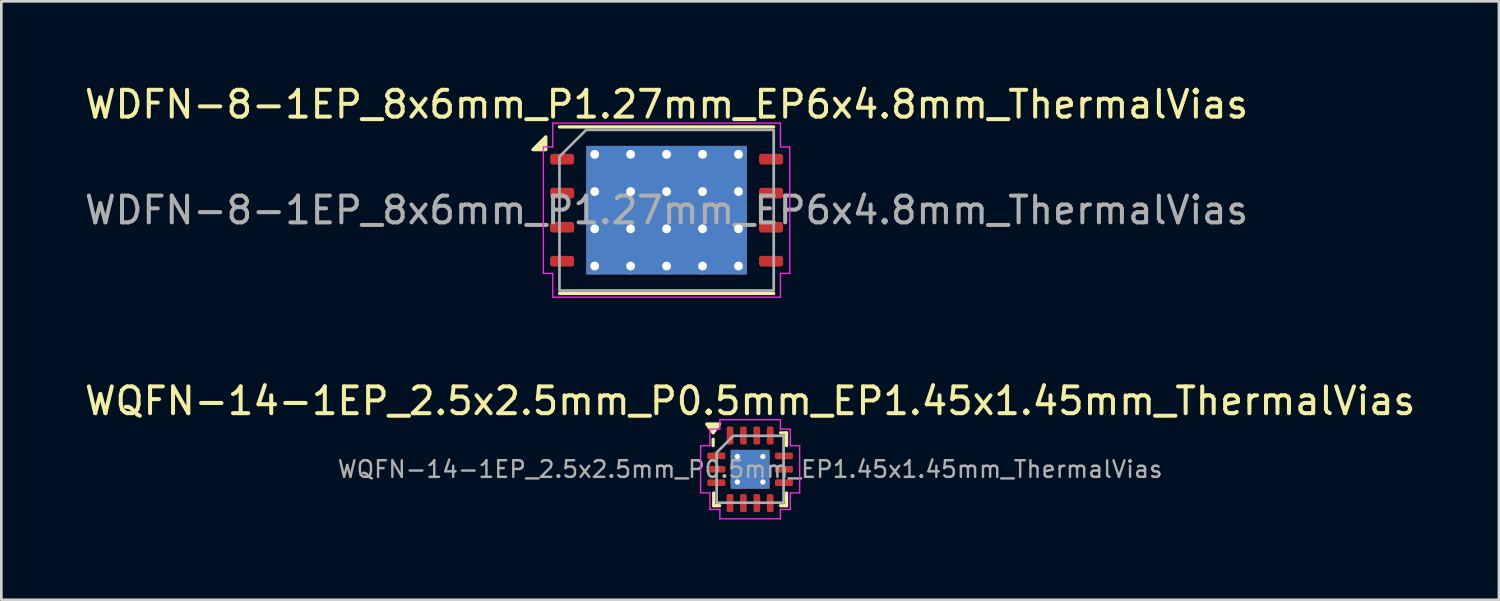
<source format=kicad_pcb>
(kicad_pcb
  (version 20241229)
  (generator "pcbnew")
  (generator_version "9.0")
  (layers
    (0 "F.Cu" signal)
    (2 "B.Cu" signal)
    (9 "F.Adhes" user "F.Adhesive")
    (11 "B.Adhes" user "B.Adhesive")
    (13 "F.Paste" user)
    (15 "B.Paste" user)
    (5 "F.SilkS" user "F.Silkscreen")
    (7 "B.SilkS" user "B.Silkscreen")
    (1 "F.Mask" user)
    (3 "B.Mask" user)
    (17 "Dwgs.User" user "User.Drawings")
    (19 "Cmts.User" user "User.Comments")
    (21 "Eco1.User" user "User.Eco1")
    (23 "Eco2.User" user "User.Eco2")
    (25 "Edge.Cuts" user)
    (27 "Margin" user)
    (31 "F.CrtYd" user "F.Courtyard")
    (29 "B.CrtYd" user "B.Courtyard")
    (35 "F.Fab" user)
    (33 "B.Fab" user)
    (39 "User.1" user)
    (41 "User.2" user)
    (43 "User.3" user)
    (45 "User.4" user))
  (footprint "WDFN-8-1EP_8x6mm_P1.27mm_EP6x4.8mm_ThermalVias"
    (layer "F.Cu")
    (at 21.839 4.798)
    (property "Reference" "WDFN-8-1EP_8x6mm_P1.27mm_EP6x4.8mm_ThermalVias" (at 0 -3.95 0) (layer "F.SilkS") (effects (font (size 1 1) (thickness 0.15))))
    (attr smd)
    (fp_line (start -4 -3.11) (end 4 -3.11) (stroke (width 0.12) (type solid)) (layer "F.SilkS"))
    (fp_line (start -4 3.11) (end 4 3.11) (stroke (width 0.12) (type solid)) (layer "F.SilkS"))
    (fp_poly (pts (xy -4.51 -2.26) (xy -4.99 -2.26) (xy -4.51 -2.74)) (stroke (width 0.12) (type solid)) (fill yes) (layer "F.SilkS"))
    (fp_line (start -4.6 -2.36) (end -4.25 -2.36) (stroke (width 0.05) (type solid)) (layer "F.CrtYd"))
    (fp_line (start -4.6 2.36) (end -4.6 -2.36) (stroke (width 0.05) (type solid)) (layer "F.CrtYd"))
    (fp_line (start -4.25 -3.25) (end 4.25 -3.25) (stroke (width 0.05) (type solid)) (layer "F.CrtYd"))
    (fp_line (start -4.25 -2.36) (end -4.25 -3.25) (stroke (width 0.05) (type solid)) (layer "F.CrtYd"))
    (fp_line (start -4.25 2.36) (end -4.6 2.36) (stroke (width 0.05) (type solid)) (layer "F.CrtYd"))
    (fp_line (start -4.25 3.25) (end -4.25 2.36) (stroke (width 0.05) (type solid)) (layer "F.CrtYd"))
    (fp_line (start 4.25 -3.25) (end 4.25 -2.36) (stroke (width 0.05) (type solid)) (layer "F.CrtYd"))
    (fp_line (start 4.25 -2.36) (end 4.6 -2.36) (stroke (width 0.05) (type solid)) (layer "F.CrtYd"))
    (fp_line (start 4.25 2.36) (end 4.25 3.25) (stroke (width 0.05) (type solid)) (layer "F.CrtYd"))
    (fp_line (start 4.25 3.25) (end -4.25 3.25) (stroke (width 0.05) (type solid)) (layer "F.CrtYd"))
    (fp_line (start 4.6 -2.36) (end 4.6 2.36) (stroke (width 0.05) (type solid)) (layer "F.CrtYd"))
    (fp_line (start 4.6 2.36) (end 4.25 2.36) (stroke (width 0.05) (type solid)) (layer "F.CrtYd"))
    (fp_poly (pts (xy -4 -2) (xy -4 3) (xy 4 3) (xy 4 -3) (xy -3 -3)) (stroke (width 0.1) (type solid)) (fill no) (layer "F.Fab"))
    (fp_text user "${REFERENCE}" (at 0 0 0) (layer "F.Fab") (effects (font (size 1 1) (thickness 0.15))))
    (pad "" smd roundrect (at -2.25 -1.6) (size 1.21 1.29) (layers "F.Paste") (roundrect_rratio 0.207))
    (pad "" smd roundrect (at -2.25 0) (size 1.21 1.29) (layers "F.Paste") (roundrect_rratio 0.207))
    (pad "" smd roundrect (at -2.25 1.6) (size 1.21 1.29) (layers "F.Paste") (roundrect_rratio 0.207))
    (pad "" smd roundrect (at -0.75 -1.6) (size 1.21 1.29) (layers "F.Paste") (roundrect_rratio 0.207))
    (pad "" smd roundrect (at -0.75 0) (size 1.21 1.29) (layers "F.Paste") (roundrect_rratio 0.207))
    (pad "" smd roundrect (at -0.75 1.6) (size 1.21 1.29) (layers "F.Paste") (roundrect_rratio 0.207))
    (pad "" smd roundrect (at 0.75 -1.6) (size 1.21 1.29) (layers "F.Paste") (roundrect_rratio 0.207))
    (pad "" smd roundrect (at 0.75 0) (size 1.21 1.29) (layers "F.Paste") (roundrect_rratio 0.207))
    (pad "" smd roundrect (at 0.75 1.6) (size 1.21 1.29) (layers "F.Paste") (roundrect_rratio 0.207))
    (pad "" smd roundrect (at 2.25 -1.6) (size 1.21 1.29) (layers "F.Paste") (roundrect_rratio 0.207))
    (pad "" smd roundrect (at 2.25 0) (size 1.21 1.29) (layers "F.Paste") (roundrect_rratio 0.207))
    (pad "" smd roundrect (at 2.25 1.6) (size 1.21 1.29) (layers "F.Paste") (roundrect_rratio 0.207))
    (pad "1" smd roundrect (at -3.9 -1.905) (size 0.9 0.4) (layers "F.Cu" "F.Mask" "F.Paste") (roundrect_rratio 0.25))
    (pad "2" smd roundrect (at -3.9 -0.635) (size 0.9 0.4) (layers "F.Cu" "F.Mask" "F.Paste") (roundrect_rratio 0.25))
    (pad "3" smd roundrect (at -3.9 0.635) (size 0.9 0.4) (layers "F.Cu" "F.Mask" "F.Paste") (roundrect_rratio 0.25))
    (pad "4" smd roundrect (at -3.9 1.905) (size 0.9 0.4) (layers "F.Cu" "F.Mask" "F.Paste") (roundrect_rratio 0.25))
    (pad "5" smd roundrect (at 3.9 1.905) (size 0.9 0.4) (layers "F.Cu" "F.Mask" "F.Paste") (roundrect_rratio 0.25))
    (pad "6" smd roundrect (at 3.9 0.635) (size 0.9 0.4) (layers "F.Cu" "F.Mask" "F.Paste") (roundrect_rratio 0.25))
    (pad "7" smd roundrect (at 3.9 -0.635) (size 0.9 0.4) (layers "F.Cu" "F.Mask" "F.Paste") (roundrect_rratio 0.25))
    (pad "8" smd roundrect (at 3.9 -1.905) (size 0.9 0.4) (layers "F.Cu" "F.Mask" "F.Paste") (roundrect_rratio 0.25))
    (pad "9" thru_hole circle (at -2.685 -2.085) (size 0.63 0.63) (drill 0.33) (property pad_prop_heatsink) (layers "*.Cu"))
    (pad "9" thru_hole circle (at -2.685 -0.695) (size 0.63 0.63) (drill 0.33) (property pad_prop_heatsink) (layers "*.Cu"))
    (pad "9" thru_hole circle (at -2.685 0.695) (size 0.63 0.63) (drill 0.33) (property pad_prop_heatsink) (layers "*.Cu"))
    (pad "9" thru_hole circle (at -2.685 2.085) (size 0.63 0.63) (drill 0.33) (property pad_prop_heatsink) (layers "*.Cu"))
    (pad "9" thru_hole circle (at -1.343 -2.085) (size 0.63 0.63) (drill 0.33) (property pad_prop_heatsink) (layers "*.Cu"))
    (pad "9" thru_hole circle (at -1.343 -0.695) (size 0.63 0.63) (drill 0.33) (property pad_prop_heatsink) (layers "*.Cu"))
    (pad "9" thru_hole circle (at -1.343 0.695) (size 0.63 0.63) (drill 0.33) (property pad_prop_heatsink) (layers "*.Cu"))
    (pad "9" thru_hole circle (at -1.343 2.085) (size 0.63 0.63) (drill 0.33) (property pad_prop_heatsink) (layers "*.Cu"))
    (pad "9" thru_hole circle (at 0 -2.085) (size 0.63 0.63) (drill 0.33) (property pad_prop_heatsink) (layers "*.Cu"))
    (pad "9" thru_hole circle (at 0 -0.695) (size 0.63 0.63) (drill 0.33) (property pad_prop_heatsink) (layers "*.Cu"))
    (pad "9" smd rect (at 0 0) (size 6 4.8) (property pad_prop_heatsink) (layers "F.Cu" "F.Mask"))
    (pad "9" smd rect (at 0 0) (size 6 4.8) (property pad_prop_heatsink) (layers "B.Cu"))
    (pad "9" thru_hole circle (at 0 0.695) (size 0.63 0.63) (drill 0.33) (property pad_prop_heatsink) (layers "*.Cu"))
    (pad "9" thru_hole circle (at 0 2.085) (size 0.63 0.63) (drill 0.33) (property pad_prop_heatsink) (layers "*.Cu"))
    (pad "9" thru_hole circle (at 1.343 -2.085) (size 0.63 0.63) (drill 0.33) (property pad_prop_heatsink) (layers "*.Cu"))
    (pad "9" thru_hole circle (at 1.343 -0.695) (size 0.63 0.63) (drill 0.33) (property pad_prop_heatsink) (layers "*.Cu"))
    (pad "9" thru_hole circle (at 1.343 0.695) (size 0.63 0.63) (drill 0.33) (property pad_prop_heatsink) (layers "*.Cu"))
    (pad "9" thru_hole circle (at 1.343 2.085) (size 0.63 0.63) (drill 0.33) (property pad_prop_heatsink) (layers "*.Cu"))
    (pad "9" thru_hole circle (at 2.685 -2.085) (size 0.63 0.63) (drill 0.33) (property pad_prop_heatsink) (layers "*.Cu"))
    (pad "9" thru_hole circle (at 2.685 -0.695) (size 0.63 0.63) (drill 0.33) (property pad_prop_heatsink) (layers "*.Cu"))
    (pad "9" thru_hole circle (at 2.685 0.695) (size 0.63 0.63) (drill 0.33) (property pad_prop_heatsink) (layers "*.Cu"))
    (pad "9" thru_hole circle (at 2.685 2.085) (size 0.63 0.63) (drill 0.33) (property pad_prop_heatsink) (layers "*.Cu")))
  (footprint "WQFN-14-1EP_2.5x2.5mm_P0.5mm_EP1.45x1.45mm_ThermalVias"
    (layer "F.Cu")
    (at 24.958 14.472)
    (property "Reference" "WQFN-14-1EP_2.5x2.5mm_P0.5mm_EP1.45x1.45mm_ThermalVias" (at 0 -2.55 0) (layer "F.SilkS") (effects (font (size 1 1) (thickness 0.15))))
    (attr smd)
    (fp_line (start -1.38 -0.885) (end -1.38 -1.12) (stroke (width 0.12) (type solid)) (layer "F.SilkS"))
    (fp_line (start -1.36 1.36) (end -1.36 0.885) (stroke (width 0.12) (type solid)) (layer "F.SilkS"))
    (fp_line (start -1.135 1.36) (end -1.36 1.36) (stroke (width 0.12) (type solid)) (layer "F.SilkS"))
    (fp_line (start 1.135 -1.36) (end 1.36 -1.36) (stroke (width 0.12) (type solid)) (layer "F.SilkS"))
    (fp_line (start 1.135 1.36) (end 1.36 1.36) (stroke (width 0.12) (type solid)) (layer "F.SilkS"))
    (fp_line (start 1.36 -1.36) (end 1.36 -0.885) (stroke (width 0.12) (type solid)) (layer "F.SilkS"))
    (fp_line (start 1.36 1.36) (end 1.36 0.885) (stroke (width 0.12) (type solid)) (layer "F.SilkS"))
    (fp_poly (pts (xy -1.38 -1.36) (xy -1.62 -1.69) (xy -1.14 -1.69)) (stroke (width 0.12) (type solid)) (fill yes) (layer "F.SilkS"))
    (fp_line (start -1.85 -0.88) (end -1.5 -0.88) (stroke (width 0.05) (type solid)) (layer "F.CrtYd"))
    (fp_line (start -1.85 0.88) (end -1.85 -0.88) (stroke (width 0.05) (type solid)) (layer "F.CrtYd"))
    (fp_line (start -1.5 -1.5) (end -1.13 -1.5) (stroke (width 0.05) (type solid)) (layer "F.CrtYd"))
    (fp_line (start -1.5 -0.88) (end -1.5 -1.5) (stroke (width 0.05) (type solid)) (layer "F.CrtYd"))
    (fp_line (start -1.5 0.88) (end -1.85 0.88) (stroke (width 0.05) (type solid)) (layer "F.CrtYd"))
    (fp_line (start -1.5 1.5) (end -1.5 0.88) (stroke (width 0.05) (type solid)) (layer "F.CrtYd"))
    (fp_line (start -1.13 -1.85) (end 1.13 -1.85) (stroke (width 0.05) (type solid)) (layer "F.CrtYd"))
    (fp_line (start -1.13 -1.5) (end -1.13 -1.85) (stroke (width 0.05) (type solid)) (layer "F.CrtYd"))
    (fp_line (start -1.13 1.5) (end -1.5 1.5) (stroke (width 0.05) (type solid)) (layer "F.CrtYd"))
    (fp_line (start -1.13 1.85) (end -1.13 1.5) (stroke (width 0.05) (type solid)) (layer "F.CrtYd"))
    (fp_line (start 1.13 -1.85) (end 1.13 -1.5) (stroke (width 0.05) (type solid)) (layer "F.CrtYd"))
    (fp_line (start 1.13 -1.5) (end 1.5 -1.5) (stroke (width 0.05) (type solid)) (layer "F.CrtYd"))
    (fp_line (start 1.13 1.5) (end 1.13 1.85) (stroke (width 0.05) (type solid)) (layer "F.CrtYd"))
    (fp_line (start 1.13 1.85) (end -1.13 1.85) (stroke (width 0.05) (type solid)) (layer "F.CrtYd"))
    (fp_line (start 1.5 -1.5) (end 1.5 -0.88) (stroke (width 0.05) (type solid)) (layer "F.CrtYd"))
    (fp_line (start 1.5 -0.88) (end 1.85 -0.88) (stroke (width 0.05) (type solid)) (layer "F.CrtYd"))
    (fp_line (start 1.5 0.88) (end 1.5 1.5) (stroke (width 0.05) (type solid)) (layer "F.CrtYd"))
    (fp_line (start 1.5 1.5) (end 1.13 1.5) (stroke (width 0.05) (type solid)) (layer "F.CrtYd"))
    (fp_line (start 1.85 -0.88) (end 1.85 0.88) (stroke (width 0.05) (type solid)) (layer "F.CrtYd"))
    (fp_line (start 1.85 0.88) (end 1.5 0.88) (stroke (width 0.05) (type solid)) (layer "F.CrtYd"))
    (fp_poly (pts (xy -1.25 -0.625) (xy -1.25 1.25) (xy 1.25 1.25) (xy 1.25 -1.25) (xy -0.625 -1.25)) (stroke (width 0.1) (type solid)) (fill no) (layer "F.Fab"))
    (fp_text user "${REFERENCE}" (at 0 0 0) (layer "F.Fab") (effects (font (size 0.62 0.62) (thickness 0.09))))
    (pad "" smd roundrect (at -0.36 -0.36) (size 0.61 0.61) (layers "F.Paste") (roundrect_rratio 0.25))
    (pad "" smd roundrect (at -0.36 0.36) (size 0.61 0.61) (layers "F.Paste") (roundrect_rratio 0.25))
    (pad "" smd roundrect (at 0.36 -0.36) (size 0.61 0.61) (layers "F.Paste") (roundrect_rratio 0.25))
    (pad "" smd roundrect (at 0.36 0.36) (size 0.61 0.61) (layers "F.Paste") (roundrect_rratio 0.25))
    (pad "1" smd roundrect (at -1.262 -0.5) (size 0.675 0.25) (layers "F.Cu" "F.Mask" "F.Paste") (roundrect_rratio 0.25))
    (pad "2" smd roundrect (at -1.262 0) (size 0.675 0.25) (layers "F.Cu" "F.Mask" "F.Paste") (roundrect_rratio 0.25))
    (pad "3" smd roundrect (at -1.262 0.5) (size 0.675 0.25) (layers "F.Cu" "F.Mask" "F.Paste") (roundrect_rratio 0.25))
    (pad "4" smd roundrect (at -0.75 1.262) (size 0.25 0.675) (layers "F.Cu" "F.Mask" "F.Paste") (roundrect_rratio 0.25))
    (pad "5" smd roundrect (at -0.25 1.262) (size 0.25 0.675) (layers "F.Cu" "F.Mask" "F.Paste") (roundrect_rratio 0.25))
    (pad "6" smd roundrect (at 0.25 1.262) (size 0.25 0.675) (layers "F.Cu" "F.Mask" "F.Paste") (roundrect_rratio 0.25))
    (pad "7" smd roundrect (at 0.75 1.262) (size 0.25 0.675) (layers "F.Cu" "F.Mask" "F.Paste") (roundrect_rratio 0.25))
    (pad "8" smd roundrect (at 1.262 0.5) (size 0.675 0.25) (layers "F.Cu" "F.Mask" "F.Paste") (roundrect_rratio 0.25))
    (pad "9" smd roundrect (at 1.262 0) (size 0.675 0.25) (layers "F.Cu" "F.Mask" "F.Paste") (roundrect_rratio 0.25))
    (pad "10" smd roundrect (at 1.262 -0.5) (size 0.675 0.25) (layers "F.Cu" "F.Mask" "F.Paste") (roundrect_rratio 0.25))
    (pad "11" smd roundrect (at 0.75 -1.262) (size 0.25 0.675) (layers "F.Cu" "F.Mask" "F.Paste") (roundrect_rratio 0.25))
    (pad "12" smd roundrect (at 0.25 -1.262) (size 0.25 0.675) (layers "F.Cu" "F.Mask" "F.Paste") (roundrect_rratio 0.25))
    (pad "13" smd roundrect (at -0.25 -1.262) (size 0.25 0.675) (layers "F.Cu" "F.Mask" "F.Paste") (roundrect_rratio 0.25))
    (pad "14" smd roundrect (at -0.75 -1.262) (size 0.25 0.675) (layers "F.Cu" "F.Mask" "F.Paste") (roundrect_rratio 0.25))
    (pad "15" thru_hole circle (at -0.475 -0.475) (size 0.5 0.5) (drill 0.2) (property pad_prop_heatsink) (layers "*.Cu"))
    (pad "15" thru_hole circle (at -0.475 0.475) (size 0.5 0.5) (drill 0.2) (property pad_prop_heatsink) (layers "*.Cu"))
    (pad "15" smd rect (at 0 0) (size 1.45 1.45) (property pad_prop_heatsink) (layers "F.Cu" "F.Mask"))
    (pad "15" smd rect (at 0 0) (size 1.45 1.45) (property pad_prop_heatsink) (layers "B.Cu"))
    (pad "15" thru_hole circle (at 0.475 -0.475) (size 0.5 0.5) (drill 0.2) (property pad_prop_heatsink) (layers "*.Cu"))
    (pad "15" thru_hole circle (at 0.475 0.475) (size 0.5 0.5) (drill 0.2) (property pad_prop_heatsink) (layers "*.Cu")))
  (gr_rect
    (start -3 -3)
    (end 52.917 19.346)
    (stroke (width 0.1) (type default))
    (fill no)
    (layer "Edge.Cuts")))
</source>
